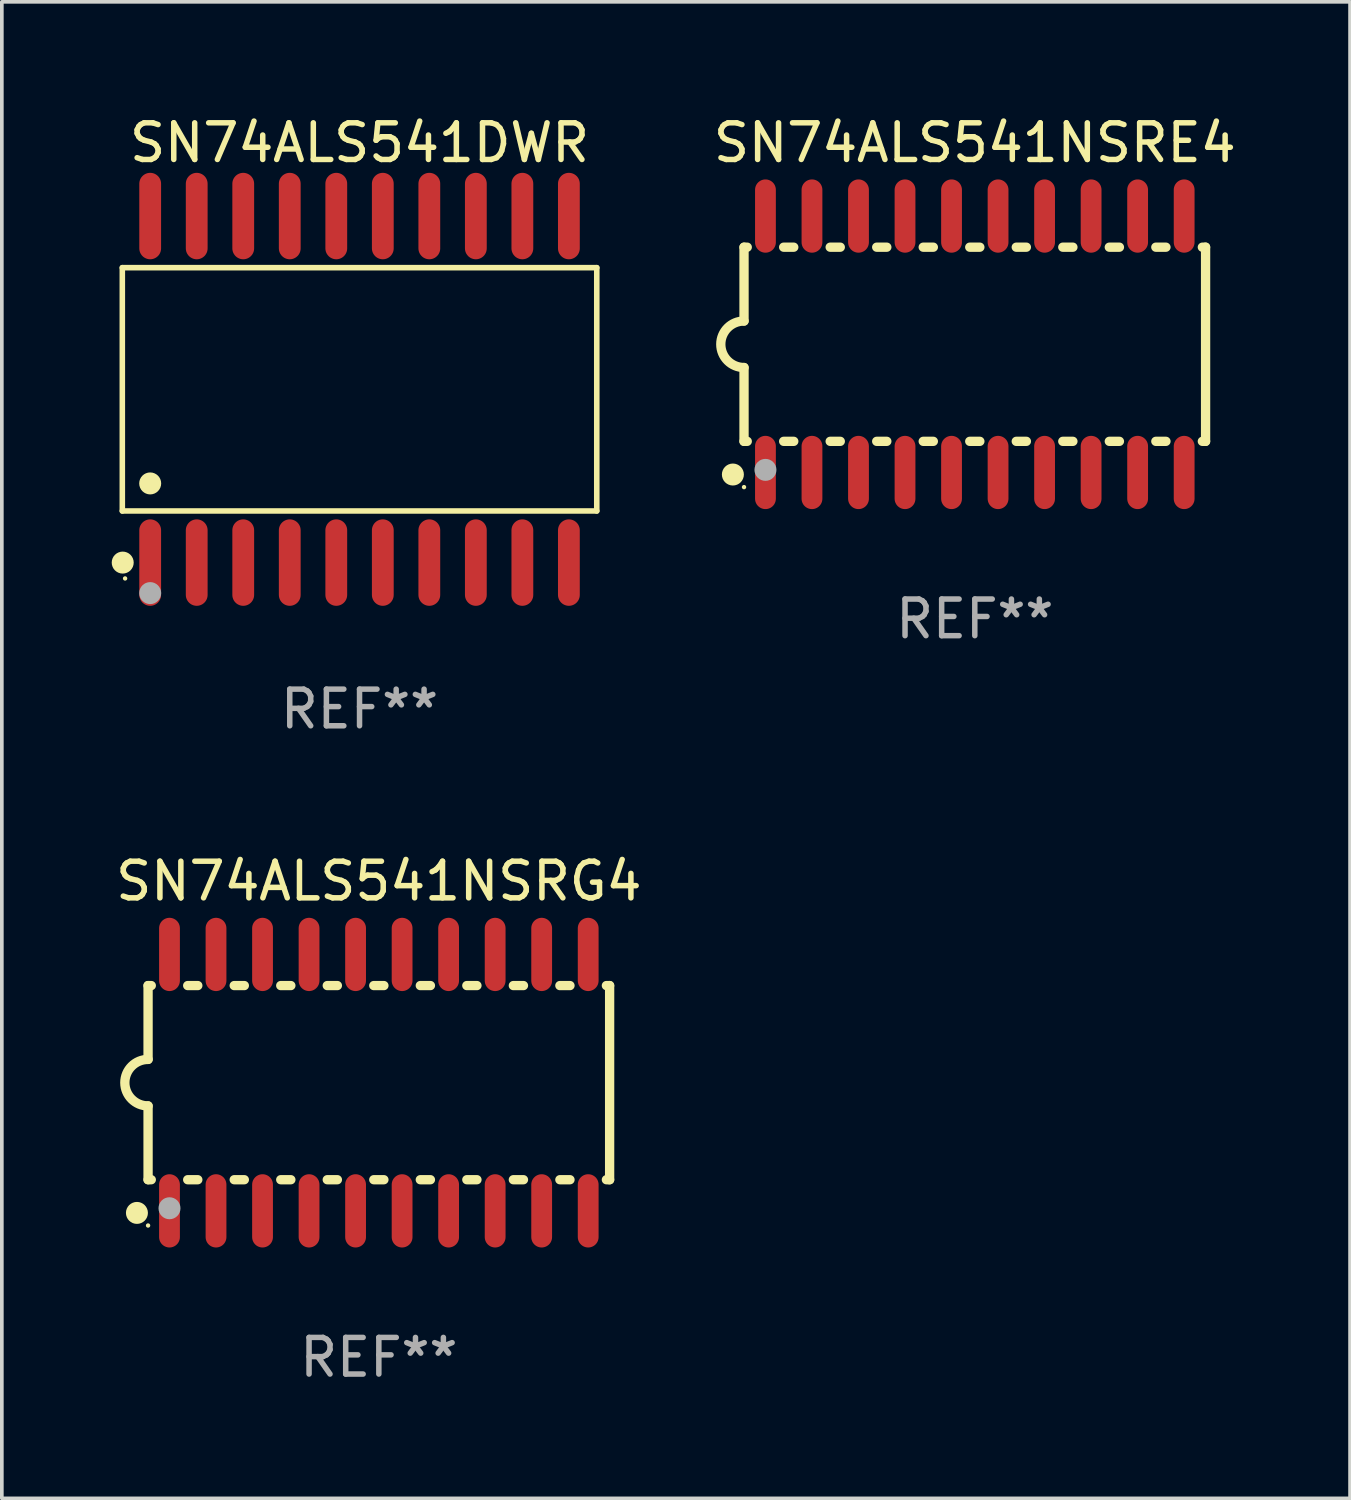
<source format=kicad_pcb>
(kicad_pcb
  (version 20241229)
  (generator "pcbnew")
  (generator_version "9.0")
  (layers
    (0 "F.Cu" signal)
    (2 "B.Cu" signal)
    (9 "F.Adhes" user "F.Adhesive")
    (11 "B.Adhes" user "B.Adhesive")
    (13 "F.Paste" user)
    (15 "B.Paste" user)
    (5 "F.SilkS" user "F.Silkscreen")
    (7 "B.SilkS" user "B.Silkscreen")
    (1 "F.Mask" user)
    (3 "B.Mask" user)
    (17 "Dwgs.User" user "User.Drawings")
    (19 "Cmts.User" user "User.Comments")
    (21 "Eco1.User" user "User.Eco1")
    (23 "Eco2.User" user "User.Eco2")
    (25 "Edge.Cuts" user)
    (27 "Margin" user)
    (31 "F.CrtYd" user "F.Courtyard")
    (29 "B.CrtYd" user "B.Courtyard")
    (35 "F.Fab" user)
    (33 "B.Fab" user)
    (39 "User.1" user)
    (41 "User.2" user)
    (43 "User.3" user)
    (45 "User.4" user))
  (footprint "SN74ALS541NSRG4"
    (layer "F.Cu")
    (at 7.292 26.505)
    (property "Reference" "SN74ALS541NSRG4" (at 0 -5.5 0) (layer "F.SilkS") (effects (font (size 1 1) (thickness 0.15))))
    (attr through_hole)
    (fp_line (start -6.3 -2.65) (end -6.3 -0.635) (stroke (width 0.254) (type solid)) (layer "F.SilkS"))
    (fp_line (start -6.3 -2.65) (end -6.212 -2.65) (stroke (width 0.254) (type solid)) (layer "F.SilkS"))
    (fp_line (start -6.3 2.65) (end -6.3 0.635) (stroke (width 0.254) (type solid)) (layer "F.SilkS"))
    (fp_line (start -6.3 2.65) (end -6.212 2.65) (stroke (width 0.254) (type solid)) (layer "F.SilkS"))
    (fp_line (start -5.218 -2.65) (end -4.942 -2.65) (stroke (width 0.254) (type solid)) (layer "F.SilkS"))
    (fp_line (start -5.218 2.65) (end -4.942 2.65) (stroke (width 0.254) (type solid)) (layer "F.SilkS"))
    (fp_line (start -3.948 -2.65) (end -3.672 -2.65) (stroke (width 0.254) (type solid)) (layer "F.SilkS"))
    (fp_line (start -3.948 2.65) (end -3.672 2.65) (stroke (width 0.254) (type solid)) (layer "F.SilkS"))
    (fp_line (start -2.678 -2.65) (end -2.402 -2.65) (stroke (width 0.254) (type solid)) (layer "F.SilkS"))
    (fp_line (start -2.678 2.65) (end -2.402 2.65) (stroke (width 0.254) (type solid)) (layer "F.SilkS"))
    (fp_line (start -1.408 -2.65) (end -1.132 -2.65) (stroke (width 0.254) (type solid)) (layer "F.SilkS"))
    (fp_line (start -1.408 2.65) (end -1.132 2.65) (stroke (width 0.254) (type solid)) (layer "F.SilkS"))
    (fp_line (start -0.138 -2.65) (end 0.138 -2.65) (stroke (width 0.254) (type solid)) (layer "F.SilkS"))
    (fp_line (start -0.138 2.65) (end 0.138 2.65) (stroke (width 0.254) (type solid)) (layer "F.SilkS"))
    (fp_line (start 1.132 -2.65) (end 1.408 -2.65) (stroke (width 0.254) (type solid)) (layer "F.SilkS"))
    (fp_line (start 1.132 2.65) (end 1.408 2.65) (stroke (width 0.254) (type solid)) (layer "F.SilkS"))
    (fp_line (start 2.402 -2.65) (end 2.678 -2.65) (stroke (width 0.254) (type solid)) (layer "F.SilkS"))
    (fp_line (start 2.402 2.65) (end 2.678 2.65) (stroke (width 0.254) (type solid)) (layer "F.SilkS"))
    (fp_line (start 3.672 -2.65) (end 3.948 -2.65) (stroke (width 0.254) (type solid)) (layer "F.SilkS"))
    (fp_line (start 3.672 2.65) (end 3.948 2.65) (stroke (width 0.254) (type solid)) (layer "F.SilkS"))
    (fp_line (start 4.942 -2.65) (end 5.218 -2.65) (stroke (width 0.254) (type solid)) (layer "F.SilkS"))
    (fp_line (start 4.942 2.65) (end 5.218 2.65) (stroke (width 0.254) (type solid)) (layer "F.SilkS"))
    (fp_line (start 6.212 -2.65) (end 6.3 -2.65) (stroke (width 0.254) (type solid)) (layer "F.SilkS"))
    (fp_line (start 6.212 2.65) (end 6.3 2.65) (stroke (width 0.254) (type solid)) (layer "F.SilkS"))
    (fp_line (start 6.3 -2.65) (end 6.3 2.65) (stroke (width 0.254) (type solid)) (layer "F.SilkS"))
    (fp_arc (start -6.299975 0.634874) (mid -6.933579 0.000127) (end -6.299213 -0.633858) (stroke (width 0.254001) (type solid)) (layer "F.SilkS"))
    (fp_circle (center -6.604 3.556) (end -6.454 3.556) (stroke (width 0.3) (type solid)) (fill no) (layer "F.SilkS"))
    (fp_circle (center -6.3 3.9) (end -6.27 3.9) (stroke (width 0.06) (type solid)) (fill no) (layer "F.SilkS"))
    (fp_circle (center -5.715 3.429) (end -5.565 3.429) (stroke (width 0.3) (type solid)) (fill no) (layer "F.Fab"))
    (fp_text user "REF**" (at 0 7.5 0) (layer "F.Fab") (effects (font (size 1 1) (thickness 0.15))))
    (pad "1" smd oval (at -5.715 3.5) (size 0.568 2) (layers "F.Cu" "F.Mask" "F.Paste"))
    (pad "2" smd oval (at -4.445 3.5) (size 0.568 2) (layers "F.Cu" "F.Mask" "F.Paste"))
    (pad "3" smd oval (at -3.175 3.5) (size 0.568 2) (layers "F.Cu" "F.Mask" "F.Paste"))
    (pad "4" smd oval (at -1.905 3.5) (size 0.568 2) (layers "F.Cu" "F.Mask" "F.Paste"))
    (pad "5" smd oval (at -0.635 3.5) (size 0.568 2) (layers "F.Cu" "F.Mask" "F.Paste"))
    (pad "6" smd oval (at 0.635 3.5) (size 0.568 2) (layers "F.Cu" "F.Mask" "F.Paste"))
    (pad "7" smd oval (at 1.905 3.5) (size 0.568 2) (layers "F.Cu" "F.Mask" "F.Paste"))
    (pad "8" smd oval (at 3.175 3.5) (size 0.568 2) (layers "F.Cu" "F.Mask" "F.Paste"))
    (pad "9" smd oval (at 4.445 3.5) (size 0.568 2) (layers "F.Cu" "F.Mask" "F.Paste"))
    (pad "10" smd oval (at 5.715 3.5) (size 0.568 2) (layers "F.Cu" "F.Mask" "F.Paste"))
    (pad "11" smd oval (at 5.715 -3.5) (size 0.568 2) (layers "F.Cu" "F.Mask" "F.Paste"))
    (pad "12" smd oval (at 4.445 -3.5) (size 0.568 2) (layers "F.Cu" "F.Mask" "F.Paste"))
    (pad "13" smd oval (at 3.175 -3.5) (size 0.568 2) (layers "F.Cu" "F.Mask" "F.Paste"))
    (pad "14" smd oval (at 1.905 -3.5) (size 0.568 2) (layers "F.Cu" "F.Mask" "F.Paste"))
    (pad "15" smd oval (at 0.635 -3.5) (size 0.568 2) (layers "F.Cu" "F.Mask" "F.Paste"))
    (pad "16" smd oval (at -0.635 -3.5) (size 0.568 2) (layers "F.Cu" "F.Mask" "F.Paste"))
    (pad "17" smd oval (at -1.905 -3.5) (size 0.568 2) (layers "F.Cu" "F.Mask" "F.Paste"))
    (pad "18" smd oval (at -3.175 -3.5) (size 0.568 2) (layers "F.Cu" "F.Mask" "F.Paste"))
    (pad "19" smd oval (at -4.445 -3.5) (size 0.568 2) (layers "F.Cu" "F.Mask" "F.Paste"))
    (pad "20" smd oval (at -5.715 -3.5) (size 0.568 2) (layers "F.Cu" "F.Mask" "F.Paste")))
  (footprint "SN74ALS541NSRE4"
    (layer "F.Cu")
    (at 23.561 6.348)
    (property "Reference" "SN74ALS541NSRE4" (at 0 -5.5 0) (layer "F.SilkS") (effects (font (size 1 1) (thickness 0.15))))
    (attr through_hole)
    (fp_line (start -6.3 -2.65) (end -6.3 -0.635) (stroke (width 0.254) (type solid)) (layer "F.SilkS"))
    (fp_line (start -6.3 -2.65) (end -6.212 -2.65) (stroke (width 0.254) (type solid)) (layer "F.SilkS"))
    (fp_line (start -6.3 2.65) (end -6.3 0.635) (stroke (width 0.254) (type solid)) (layer "F.SilkS"))
    (fp_line (start -6.3 2.65) (end -6.212 2.65) (stroke (width 0.254) (type solid)) (layer "F.SilkS"))
    (fp_line (start -5.218 -2.65) (end -4.942 -2.65) (stroke (width 0.254) (type solid)) (layer "F.SilkS"))
    (fp_line (start -5.218 2.65) (end -4.942 2.65) (stroke (width 0.254) (type solid)) (layer "F.SilkS"))
    (fp_line (start -3.948 -2.65) (end -3.672 -2.65) (stroke (width 0.254) (type solid)) (layer "F.SilkS"))
    (fp_line (start -3.948 2.65) (end -3.672 2.65) (stroke (width 0.254) (type solid)) (layer "F.SilkS"))
    (fp_line (start -2.678 -2.65) (end -2.402 -2.65) (stroke (width 0.254) (type solid)) (layer "F.SilkS"))
    (fp_line (start -2.678 2.65) (end -2.402 2.65) (stroke (width 0.254) (type solid)) (layer "F.SilkS"))
    (fp_line (start -1.408 -2.65) (end -1.132 -2.65) (stroke (width 0.254) (type solid)) (layer "F.SilkS"))
    (fp_line (start -1.408 2.65) (end -1.132 2.65) (stroke (width 0.254) (type solid)) (layer "F.SilkS"))
    (fp_line (start -0.138 -2.65) (end 0.138 -2.65) (stroke (width 0.254) (type solid)) (layer "F.SilkS"))
    (fp_line (start -0.138 2.65) (end 0.138 2.65) (stroke (width 0.254) (type solid)) (layer "F.SilkS"))
    (fp_line (start 1.132 -2.65) (end 1.408 -2.65) (stroke (width 0.254) (type solid)) (layer "F.SilkS"))
    (fp_line (start 1.132 2.65) (end 1.408 2.65) (stroke (width 0.254) (type solid)) (layer "F.SilkS"))
    (fp_line (start 2.402 -2.65) (end 2.678 -2.65) (stroke (width 0.254) (type solid)) (layer "F.SilkS"))
    (fp_line (start 2.402 2.65) (end 2.678 2.65) (stroke (width 0.254) (type solid)) (layer "F.SilkS"))
    (fp_line (start 3.672 -2.65) (end 3.948 -2.65) (stroke (width 0.254) (type solid)) (layer "F.SilkS"))
    (fp_line (start 3.672 2.65) (end 3.948 2.65) (stroke (width 0.254) (type solid)) (layer "F.SilkS"))
    (fp_line (start 4.942 -2.65) (end 5.218 -2.65) (stroke (width 0.254) (type solid)) (layer "F.SilkS"))
    (fp_line (start 4.942 2.65) (end 5.218 2.65) (stroke (width 0.254) (type solid)) (layer "F.SilkS"))
    (fp_line (start 6.212 -2.65) (end 6.3 -2.65) (stroke (width 0.254) (type solid)) (layer "F.SilkS"))
    (fp_line (start 6.212 2.65) (end 6.3 2.65) (stroke (width 0.254) (type solid)) (layer "F.SilkS"))
    (fp_line (start 6.3 -2.65) (end 6.3 2.65) (stroke (width 0.254) (type solid)) (layer "F.SilkS"))
    (fp_arc (start -6.299975 0.634874) (mid -6.933579 0.000127) (end -6.299213 -0.633858) (stroke (width 0.254001) (type solid)) (layer "F.SilkS"))
    (fp_circle (center -6.604 3.556) (end -6.454 3.556) (stroke (width 0.3) (type solid)) (fill no) (layer "F.SilkS"))
    (fp_circle (center -6.3 3.9) (end -6.27 3.9) (stroke (width 0.06) (type solid)) (fill no) (layer "F.SilkS"))
    (fp_circle (center -5.715 3.429) (end -5.565 3.429) (stroke (width 0.3) (type solid)) (fill no) (layer "F.Fab"))
    (fp_text user "REF**" (at 0 7.5 0) (layer "F.Fab") (effects (font (size 1 1) (thickness 0.15))))
    (pad "1" smd oval (at -5.715 3.5) (size 0.568 2) (layers "F.Cu" "F.Mask" "F.Paste"))
    (pad "2" smd oval (at -4.445 3.5) (size 0.568 2) (layers "F.Cu" "F.Mask" "F.Paste"))
    (pad "3" smd oval (at -3.175 3.5) (size 0.568 2) (layers "F.Cu" "F.Mask" "F.Paste"))
    (pad "4" smd oval (at -1.905 3.5) (size 0.568 2) (layers "F.Cu" "F.Mask" "F.Paste"))
    (pad "5" smd oval (at -0.635 3.5) (size 0.568 2) (layers "F.Cu" "F.Mask" "F.Paste"))
    (pad "6" smd oval (at 0.635 3.5) (size 0.568 2) (layers "F.Cu" "F.Mask" "F.Paste"))
    (pad "7" smd oval (at 1.905 3.5) (size 0.568 2) (layers "F.Cu" "F.Mask" "F.Paste"))
    (pad "8" smd oval (at 3.175 3.5) (size 0.568 2) (layers "F.Cu" "F.Mask" "F.Paste"))
    (pad "9" smd oval (at 4.445 3.5) (size 0.568 2) (layers "F.Cu" "F.Mask" "F.Paste"))
    (pad "10" smd oval (at 5.715 3.5) (size 0.568 2) (layers "F.Cu" "F.Mask" "F.Paste"))
    (pad "11" smd oval (at 5.715 -3.5) (size 0.568 2) (layers "F.Cu" "F.Mask" "F.Paste"))
    (pad "12" smd oval (at 4.445 -3.5) (size 0.568 2) (layers "F.Cu" "F.Mask" "F.Paste"))
    (pad "13" smd oval (at 3.175 -3.5) (size 0.568 2) (layers "F.Cu" "F.Mask" "F.Paste"))
    (pad "14" smd oval (at 1.905 -3.5) (size 0.568 2) (layers "F.Cu" "F.Mask" "F.Paste"))
    (pad "15" smd oval (at 0.635 -3.5) (size 0.568 2) (layers "F.Cu" "F.Mask" "F.Paste"))
    (pad "16" smd oval (at -0.635 -3.5) (size 0.568 2) (layers "F.Cu" "F.Mask" "F.Paste"))
    (pad "17" smd oval (at -1.905 -3.5) (size 0.568 2) (layers "F.Cu" "F.Mask" "F.Paste"))
    (pad "18" smd oval (at -3.175 -3.5) (size 0.568 2) (layers "F.Cu" "F.Mask" "F.Paste"))
    (pad "19" smd oval (at -4.445 -3.5) (size 0.568 2) (layers "F.Cu" "F.Mask" "F.Paste"))
    (pad "20" smd oval (at -5.715 -3.5) (size 0.568 2) (layers "F.Cu" "F.Mask" "F.Paste")))
  (footprint "SN74ALS541DWR"
    (layer "F.Cu")
    (at 6.765 7.578)
    (property "Reference" "SN74ALS541DWR" (at 0 -6.73 0) (layer "F.SilkS") (effects (font (size 1 1) (thickness 0.15))))
    (attr through_hole)
    (fp_line (start -6.476 -3.321) (end 6.476 -3.321) (stroke (width 0.152) (type solid)) (layer "F.SilkS"))
    (fp_line (start -6.476 3.321) (end -6.476 -3.321) (stroke (width 0.152) (type solid)) (layer "F.SilkS"))
    (fp_line (start 6.476 -3.321) (end 6.476 3.321) (stroke (width 0.152) (type solid)) (layer "F.SilkS"))
    (fp_line (start 6.476 3.321) (end -6.476 3.321) (stroke (width 0.152) (type solid)) (layer "F.SilkS"))
    (fp_circle (center -6.465 4.73) (end -6.315 4.73) (stroke (width 0.3) (type solid)) (fill no) (layer "F.SilkS"))
    (fp_circle (center -6.4 5.163) (end -6.37 5.163) (stroke (width 0.06) (type solid)) (fill no) (layer "F.SilkS"))
    (fp_circle (center -5.715 2.569) (end -5.565 2.569) (stroke (width 0.3) (type solid)) (fill no) (layer "F.SilkS"))
    (fp_circle (center -5.715 5.563) (end -5.565 5.563) (stroke (width 0.3) (type solid)) (fill no) (layer "F.Fab"))
    (fp_text user "REF**" (at 0 8.73 0) (layer "F.Fab") (effects (font (size 1 1) (thickness 0.15))))
    (pad "1" smd oval (at -5.715 4.73) (size 0.595 2.36) (layers "F.Cu" "F.Mask" "F.Paste"))
    (pad "2" smd oval (at -4.445 4.73) (size 0.595 2.36) (layers "F.Cu" "F.Mask" "F.Paste"))
    (pad "3" smd oval (at -3.175 4.73) (size 0.595 2.36) (layers "F.Cu" "F.Mask" "F.Paste"))
    (pad "4" smd oval (at -1.905 4.73) (size 0.595 2.36) (layers "F.Cu" "F.Mask" "F.Paste"))
    (pad "5" smd oval (at -0.635 4.73) (size 0.595 2.36) (layers "F.Cu" "F.Mask" "F.Paste"))
    (pad "6" smd oval (at 0.635 4.73) (size 0.595 2.36) (layers "F.Cu" "F.Mask" "F.Paste"))
    (pad "7" smd oval (at 1.905 4.73) (size 0.595 2.36) (layers "F.Cu" "F.Mask" "F.Paste"))
    (pad "8" smd oval (at 3.175 4.73) (size 0.595 2.36) (layers "F.Cu" "F.Mask" "F.Paste"))
    (pad "9" smd oval (at 4.445 4.73) (size 0.595 2.36) (layers "F.Cu" "F.Mask" "F.Paste"))
    (pad "10" smd oval (at 5.715 4.73) (size 0.595 2.36) (layers "F.Cu" "F.Mask" "F.Paste"))
    (pad "11" smd oval (at 5.715 -4.73) (size 0.595 2.36) (layers "F.Cu" "F.Mask" "F.Paste"))
    (pad "12" smd oval (at 4.445 -4.73) (size 0.595 2.36) (layers "F.Cu" "F.Mask" "F.Paste"))
    (pad "13" smd oval (at 3.175 -4.73) (size 0.595 2.36) (layers "F.Cu" "F.Mask" "F.Paste"))
    (pad "14" smd oval (at 1.905 -4.73) (size 0.595 2.36) (layers "F.Cu" "F.Mask" "F.Paste"))
    (pad "15" smd oval (at 0.635 -4.73) (size 0.595 2.36) (layers "F.Cu" "F.Mask" "F.Paste"))
    (pad "16" smd oval (at -0.635 -4.73) (size 0.595 2.36) (layers "F.Cu" "F.Mask" "F.Paste"))
    (pad "17" smd oval (at -1.905 -4.73) (size 0.595 2.36) (layers "F.Cu" "F.Mask" "F.Paste"))
    (pad "18" smd oval (at -3.175 -4.73) (size 0.595 2.36) (layers "F.Cu" "F.Mask" "F.Paste"))
    (pad "19" smd oval (at -4.445 -4.73) (size 0.595 2.36) (layers "F.Cu" "F.Mask" "F.Paste"))
    (pad "20" smd oval (at -5.715 -4.73) (size 0.595 2.36) (layers "F.Cu" "F.Mask" "F.Paste")))
  (gr_rect
    (start -3 -3)
    (end 33.805 37.853)
    (stroke (width 0.1) (type default))
    (fill no)
    (layer "Edge.Cuts")))
</source>
